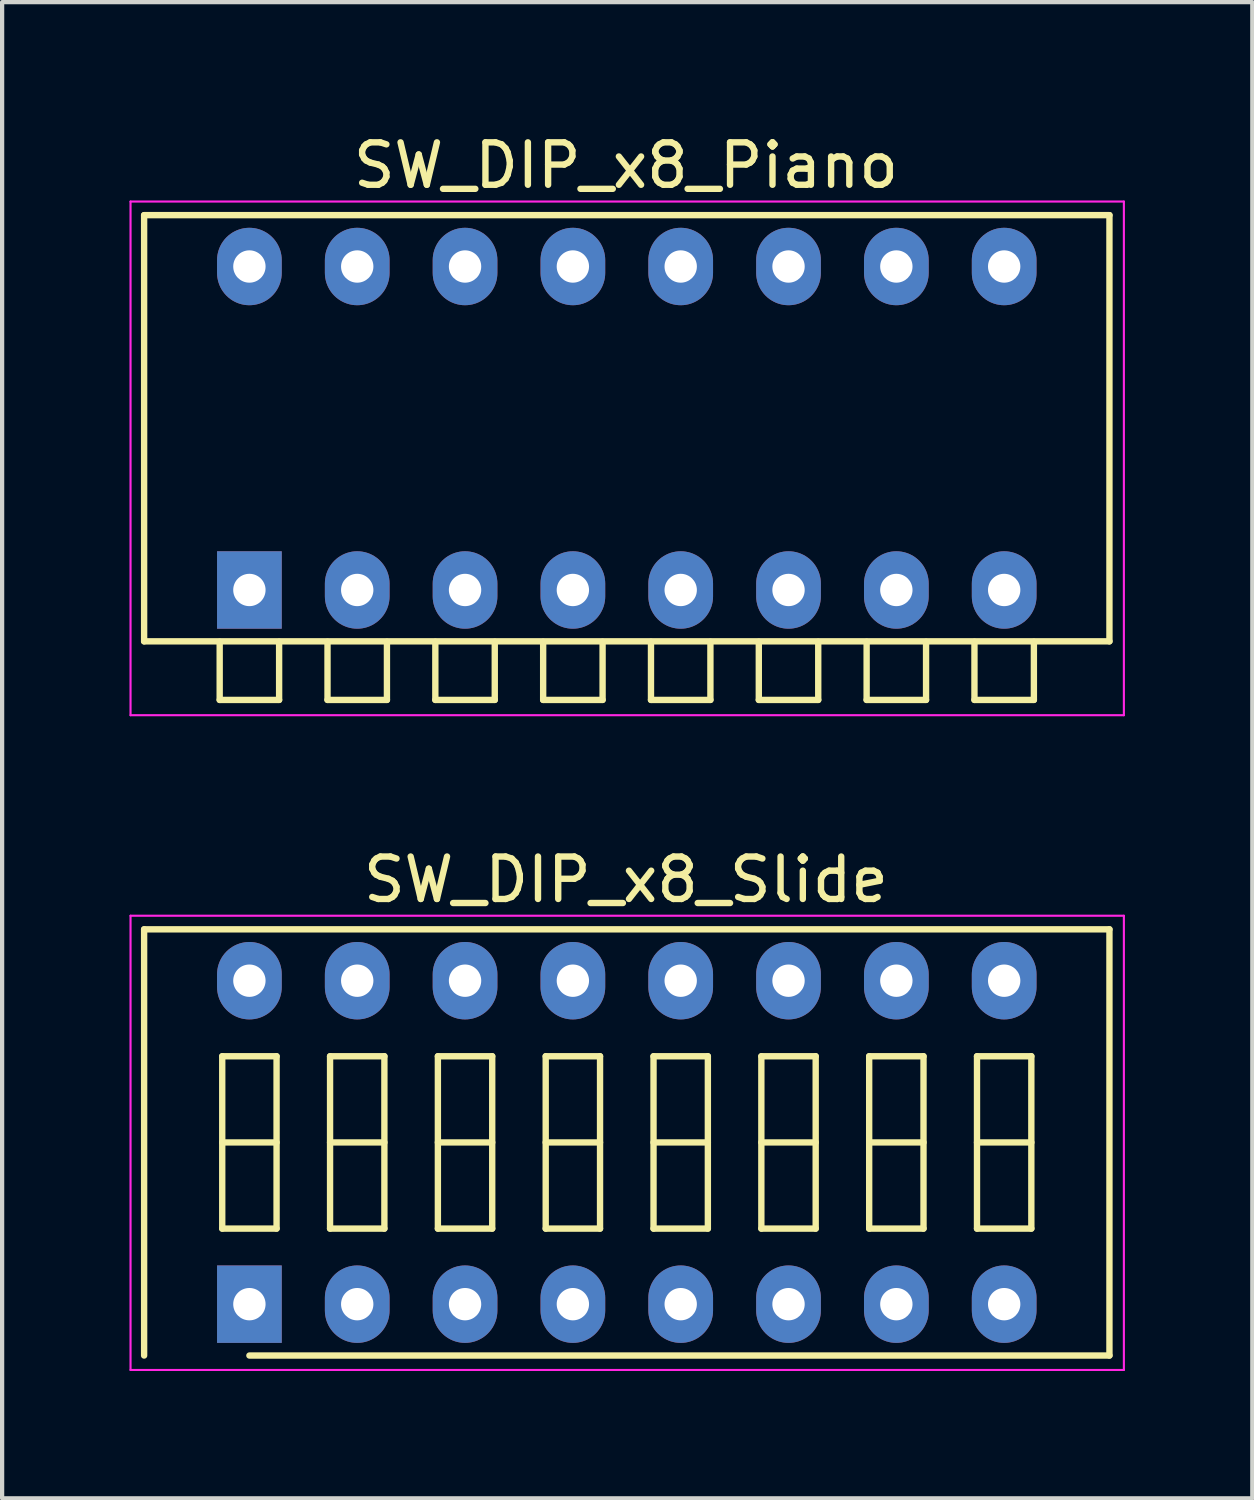
<source format=kicad_pcb>
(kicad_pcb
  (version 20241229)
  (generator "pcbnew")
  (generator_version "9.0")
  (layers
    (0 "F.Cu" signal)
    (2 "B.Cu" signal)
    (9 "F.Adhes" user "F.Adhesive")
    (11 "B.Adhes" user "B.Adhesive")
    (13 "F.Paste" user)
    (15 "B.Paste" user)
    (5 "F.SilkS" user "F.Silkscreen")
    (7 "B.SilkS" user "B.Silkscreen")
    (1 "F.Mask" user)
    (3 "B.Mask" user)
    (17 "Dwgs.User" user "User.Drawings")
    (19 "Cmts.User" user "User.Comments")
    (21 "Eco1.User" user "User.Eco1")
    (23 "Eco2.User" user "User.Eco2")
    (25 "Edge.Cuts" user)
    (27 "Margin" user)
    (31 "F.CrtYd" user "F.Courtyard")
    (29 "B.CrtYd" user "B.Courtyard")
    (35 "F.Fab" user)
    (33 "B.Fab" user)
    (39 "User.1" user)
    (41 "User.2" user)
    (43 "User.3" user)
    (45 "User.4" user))
  (footprint "SW_DIP_x8_Piano"
    (layer "F.Cu")
    (at 2.825 10.848)
    (property "Reference" "SW_DIP_x8_Piano" (at 8.87 -10 0) (layer "F.SilkS") (effects (font (size 1 1) (thickness 0.15))))
    (attr through_hole)
    (fp_line (start -2.48 -8.83) (end 20.26 -8.83) (stroke (width 0.15) (type solid)) (layer "F.SilkS"))
    (fp_line (start -2.48 1.21) (end -2.48 -8.83) (stroke (width 0.15) (type solid)) (layer "F.SilkS"))
    (fp_line (start -0.7 1.22) (end -0.7 2.59) (stroke (width 0.15) (type solid)) (layer "F.SilkS"))
    (fp_line (start -0.7 2.59) (end 0.7 2.59) (stroke (width 0.15) (type solid)) (layer "F.SilkS"))
    (fp_line (start 0.7 2.59) (end 0.7 1.22) (stroke (width 0.15) (type solid)) (layer "F.SilkS"))
    (fp_line (start 1.84 1.22) (end 1.84 2.59) (stroke (width 0.15) (type solid)) (layer "F.SilkS"))
    (fp_line (start 1.84 2.59) (end 3.24 2.59) (stroke (width 0.15) (type solid)) (layer "F.SilkS"))
    (fp_line (start 3.24 2.59) (end 3.24 1.22) (stroke (width 0.15) (type solid)) (layer "F.SilkS"))
    (fp_line (start 4.38 1.22) (end 4.38 2.59) (stroke (width 0.15) (type solid)) (layer "F.SilkS"))
    (fp_line (start 4.38 2.59) (end 5.78 2.59) (stroke (width 0.15) (type solid)) (layer "F.SilkS"))
    (fp_line (start 5.78 2.59) (end 5.78 1.22) (stroke (width 0.15) (type solid)) (layer "F.SilkS"))
    (fp_line (start 6.92 1.22) (end 6.92 2.59) (stroke (width 0.15) (type solid)) (layer "F.SilkS"))
    (fp_line (start 6.92 2.59) (end 8.32 2.59) (stroke (width 0.15) (type solid)) (layer "F.SilkS"))
    (fp_line (start 8.32 2.59) (end 8.32 1.22) (stroke (width 0.15) (type solid)) (layer "F.SilkS"))
    (fp_line (start 9.46 1.22) (end 9.46 2.59) (stroke (width 0.15) (type solid)) (layer "F.SilkS"))
    (fp_line (start 9.46 2.59) (end 10.86 2.59) (stroke (width 0.15) (type solid)) (layer "F.SilkS"))
    (fp_line (start 10.86 2.59) (end 10.86 1.22) (stroke (width 0.15) (type solid)) (layer "F.SilkS"))
    (fp_line (start 12 1.22) (end 12 2.59) (stroke (width 0.15) (type solid)) (layer "F.SilkS"))
    (fp_line (start 12 2.59) (end 13.4 2.59) (stroke (width 0.15) (type solid)) (layer "F.SilkS"))
    (fp_line (start 13.4 2.59) (end 13.4 1.22) (stroke (width 0.15) (type solid)) (layer "F.SilkS"))
    (fp_line (start 14.54 1.22) (end 14.54 2.59) (stroke (width 0.15) (type solid)) (layer "F.SilkS"))
    (fp_line (start 14.54 2.59) (end 15.94 2.59) (stroke (width 0.15) (type solid)) (layer "F.SilkS"))
    (fp_line (start 15.94 2.59) (end 15.94 1.22) (stroke (width 0.15) (type solid)) (layer "F.SilkS"))
    (fp_line (start 17.08 1.22) (end 17.08 2.59) (stroke (width 0.15) (type solid)) (layer "F.SilkS"))
    (fp_line (start 17.08 2.59) (end 18.48 2.59) (stroke (width 0.15) (type solid)) (layer "F.SilkS"))
    (fp_line (start 18.48 2.59) (end 18.48 1.22) (stroke (width 0.15) (type solid)) (layer "F.SilkS"))
    (fp_line (start 20.26 -8.83) (end 20.26 1.21) (stroke (width 0.15) (type solid)) (layer "F.SilkS"))
    (fp_line (start 20.26 1.21) (end -2.48 1.21) (stroke (width 0.15) (type solid)) (layer "F.SilkS"))
    (fp_line (start -2.8 -9.15) (end -2.8 2.95) (stroke (width 0.05) (type solid)) (layer "F.CrtYd"))
    (fp_line (start -2.8 2.95) (end 20.6 2.95) (stroke (width 0.05) (type solid)) (layer "F.CrtYd"))
    (fp_line (start 20.6 -9.15) (end -2.8 -9.15) (stroke (width 0.05) (type solid)) (layer "F.CrtYd"))
    (fp_line (start 20.6 2.95) (end 20.6 -9.15) (stroke (width 0.05) (type solid)) (layer "F.CrtYd"))
    (pad "1" thru_hole rect (at 0 0) (size 1.524 1.824) (drill 0.762) (layers "*.Cu" "*.Mask"))
    (pad "2" thru_hole oval (at 2.54 0) (size 1.524 1.824) (drill 0.762) (layers "*.Cu" "*.Mask"))
    (pad "3" thru_hole oval (at 5.08 0) (size 1.524 1.824) (drill 0.762) (layers "*.Cu" "*.Mask"))
    (pad "4" thru_hole oval (at 7.62 0) (size 1.524 1.824) (drill 0.762) (layers "*.Cu" "*.Mask"))
    (pad "5" thru_hole oval (at 10.16 0) (size 1.524 1.824) (drill 0.762) (layers "*.Cu" "*.Mask"))
    (pad "6" thru_hole oval (at 12.7 0) (size 1.524 1.824) (drill 0.762) (layers "*.Cu" "*.Mask"))
    (pad "7" thru_hole oval (at 15.24 0) (size 1.524 1.824) (drill 0.762) (layers "*.Cu" "*.Mask"))
    (pad "8" thru_hole oval (at 17.78 0) (size 1.524 1.824) (drill 0.762) (layers "*.Cu" "*.Mask"))
    (pad "9" thru_hole oval (at 17.78 -7.62) (size 1.524 1.824) (drill 0.762) (layers "*.Cu" "*.Mask"))
    (pad "10" thru_hole oval (at 15.24 -7.62) (size 1.524 1.824) (drill 0.762) (layers "*.Cu" "*.Mask"))
    (pad "11" thru_hole oval (at 12.7 -7.62) (size 1.524 1.824) (drill 0.762) (layers "*.Cu" "*.Mask"))
    (pad "12" thru_hole oval (at 10.16 -7.62) (size 1.524 1.824) (drill 0.762) (layers "*.Cu" "*.Mask"))
    (pad "13" thru_hole oval (at 7.62 -7.62) (size 1.524 1.824) (drill 0.762) (layers "*.Cu" "*.Mask"))
    (pad "14" thru_hole oval (at 5.08 -7.62) (size 1.524 1.824) (drill 0.762) (layers "*.Cu" "*.Mask"))
    (pad "15" thru_hole oval (at 2.54 -7.62) (size 1.524 1.824) (drill 0.762) (layers "*.Cu" "*.Mask"))
    (pad "16" thru_hole oval (at 0 -7.62) (size 1.524 1.824) (drill 0.762) (layers "*.Cu" "*.Mask")))
  (footprint "SW_DIP_x8_Slide"
    (layer "F.Cu")
    (at 2.825 27.672)
    (property "Reference" "SW_DIP_x8_Slide" (at 8.87 -10 0) (layer "F.SilkS") (effects (font (size 1 1) (thickness 0.15))))
    (attr through_hole)
    (fp_line (start -2.48 -8.83) (end 20.26 -8.83) (stroke (width 0.15) (type solid)) (layer "F.SilkS"))
    (fp_line (start -2.48 1.21) (end -2.48 -8.83) (stroke (width 0.15) (type solid)) (layer "F.SilkS"))
    (fp_line (start -0.64 -5.84) (end -0.64 -1.78) (stroke (width 0.15) (type solid)) (layer "F.SilkS"))
    (fp_line (start -0.64 -3.81) (end 0.64 -3.81) (stroke (width 0.15) (type solid)) (layer "F.SilkS"))
    (fp_line (start -0.64 -1.78) (end 0.64 -1.78) (stroke (width 0.15) (type solid)) (layer "F.SilkS"))
    (fp_line (start 0.64 -5.84) (end -0.64 -5.84) (stroke (width 0.15) (type solid)) (layer "F.SilkS"))
    (fp_line (start 0.64 -1.78) (end 0.64 -5.84) (stroke (width 0.15) (type solid)) (layer "F.SilkS"))
    (fp_line (start 1.9 -5.84) (end 1.9 -1.78) (stroke (width 0.15) (type solid)) (layer "F.SilkS"))
    (fp_line (start 1.9 -3.81) (end 3.18 -3.81) (stroke (width 0.15) (type solid)) (layer "F.SilkS"))
    (fp_line (start 1.9 -1.78) (end 3.18 -1.78) (stroke (width 0.15) (type solid)) (layer "F.SilkS"))
    (fp_line (start 3.18 -5.84) (end 1.9 -5.84) (stroke (width 0.15) (type solid)) (layer "F.SilkS"))
    (fp_line (start 3.18 -1.78) (end 3.18 -5.84) (stroke (width 0.15) (type solid)) (layer "F.SilkS"))
    (fp_line (start 4.44 -5.84) (end 4.44 -1.78) (stroke (width 0.15) (type solid)) (layer "F.SilkS"))
    (fp_line (start 4.44 -3.81) (end 5.72 -3.81) (stroke (width 0.15) (type solid)) (layer "F.SilkS"))
    (fp_line (start 4.44 -1.78) (end 5.72 -1.78) (stroke (width 0.15) (type solid)) (layer "F.SilkS"))
    (fp_line (start 5.72 -5.84) (end 4.44 -5.84) (stroke (width 0.15) (type solid)) (layer "F.SilkS"))
    (fp_line (start 5.72 -1.78) (end 5.72 -5.84) (stroke (width 0.15) (type solid)) (layer "F.SilkS"))
    (fp_line (start 6.98 -5.84) (end 6.98 -1.78) (stroke (width 0.15) (type solid)) (layer "F.SilkS"))
    (fp_line (start 6.98 -3.81) (end 8.26 -3.81) (stroke (width 0.15) (type solid)) (layer "F.SilkS"))
    (fp_line (start 6.98 -1.78) (end 8.26 -1.78) (stroke (width 0.15) (type solid)) (layer "F.SilkS"))
    (fp_line (start 8.26 -5.84) (end 6.98 -5.84) (stroke (width 0.15) (type solid)) (layer "F.SilkS"))
    (fp_line (start 8.26 -1.78) (end 8.26 -5.84) (stroke (width 0.15) (type solid)) (layer "F.SilkS"))
    (fp_line (start 9.52 -5.84) (end 9.52 -1.78) (stroke (width 0.15) (type solid)) (layer "F.SilkS"))
    (fp_line (start 9.52 -3.81) (end 10.8 -3.81) (stroke (width 0.15) (type solid)) (layer "F.SilkS"))
    (fp_line (start 9.52 -1.78) (end 10.8 -1.78) (stroke (width 0.15) (type solid)) (layer "F.SilkS"))
    (fp_line (start 10.8 -5.84) (end 9.52 -5.84) (stroke (width 0.15) (type solid)) (layer "F.SilkS"))
    (fp_line (start 10.8 -1.78) (end 10.8 -5.84) (stroke (width 0.15) (type solid)) (layer "F.SilkS"))
    (fp_line (start 12.06 -5.84) (end 12.06 -1.78) (stroke (width 0.15) (type solid)) (layer "F.SilkS"))
    (fp_line (start 12.06 -3.81) (end 13.34 -3.81) (stroke (width 0.15) (type solid)) (layer "F.SilkS"))
    (fp_line (start 12.06 -1.78) (end 13.34 -1.78) (stroke (width 0.15) (type solid)) (layer "F.SilkS"))
    (fp_line (start 13.34 -5.84) (end 12.06 -5.84) (stroke (width 0.15) (type solid)) (layer "F.SilkS"))
    (fp_line (start 13.34 -1.78) (end 13.34 -5.84) (stroke (width 0.15) (type solid)) (layer "F.SilkS"))
    (fp_line (start 14.6 -5.84) (end 14.6 -1.78) (stroke (width 0.15) (type solid)) (layer "F.SilkS"))
    (fp_line (start 14.6 -3.81) (end 15.88 -3.81) (stroke (width 0.15) (type solid)) (layer "F.SilkS"))
    (fp_line (start 14.6 -1.78) (end 15.88 -1.78) (stroke (width 0.15) (type solid)) (layer "F.SilkS"))
    (fp_line (start 15.88 -5.84) (end 14.6 -5.84) (stroke (width 0.15) (type solid)) (layer "F.SilkS"))
    (fp_line (start 15.88 -1.78) (end 15.88 -5.84) (stroke (width 0.15) (type solid)) (layer "F.SilkS"))
    (fp_line (start 17.14 -5.84) (end 17.14 -1.78) (stroke (width 0.15) (type solid)) (layer "F.SilkS"))
    (fp_line (start 17.14 -3.81) (end 18.42 -3.81) (stroke (width 0.15) (type solid)) (layer "F.SilkS"))
    (fp_line (start 17.14 -1.78) (end 18.42 -1.78) (stroke (width 0.15) (type solid)) (layer "F.SilkS"))
    (fp_line (start 18.42 -5.84) (end 17.14 -5.84) (stroke (width 0.15) (type solid)) (layer "F.SilkS"))
    (fp_line (start 18.42 -1.78) (end 18.42 -5.84) (stroke (width 0.15) (type solid)) (layer "F.SilkS"))
    (fp_line (start 20.26 -8.83) (end 20.26 1.21) (stroke (width 0.15) (type solid)) (layer "F.SilkS"))
    (fp_line (start 20.26 1.21) (end 0 1.21) (stroke (width 0.15) (type solid)) (layer "F.SilkS"))
    (fp_line (start -2.8 -9.15) (end -2.8 1.55) (stroke (width 0.05) (type solid)) (layer "F.CrtYd"))
    (fp_line (start -2.8 1.55) (end 20.6 1.55) (stroke (width 0.05) (type solid)) (layer "F.CrtYd"))
    (fp_line (start 20.6 -9.15) (end -2.8 -9.15) (stroke (width 0.05) (type solid)) (layer "F.CrtYd"))
    (fp_line (start 20.6 1.55) (end 20.6 -9.15) (stroke (width 0.05) (type solid)) (layer "F.CrtYd"))
    (pad "1" thru_hole rect (at 0 0) (size 1.524 1.824) (drill 0.762) (layers "*.Cu" "*.Mask"))
    (pad "2" thru_hole oval (at 2.54 0) (size 1.524 1.824) (drill 0.762) (layers "*.Cu" "*.Mask"))
    (pad "3" thru_hole oval (at 5.08 0) (size 1.524 1.824) (drill 0.762) (layers "*.Cu" "*.Mask"))
    (pad "4" thru_hole oval (at 7.62 0) (size 1.524 1.824) (drill 0.762) (layers "*.Cu" "*.Mask"))
    (pad "5" thru_hole oval (at 10.16 0) (size 1.524 1.824) (drill 0.762) (layers "*.Cu" "*.Mask"))
    (pad "6" thru_hole oval (at 12.7 0) (size 1.524 1.824) (drill 0.762) (layers "*.Cu" "*.Mask"))
    (pad "7" thru_hole oval (at 15.24 0) (size 1.524 1.824) (drill 0.762) (layers "*.Cu" "*.Mask"))
    (pad "8" thru_hole oval (at 17.78 0) (size 1.524 1.824) (drill 0.762) (layers "*.Cu" "*.Mask"))
    (pad "9" thru_hole oval (at 17.78 -7.62) (size 1.524 1.824) (drill 0.762) (layers "*.Cu" "*.Mask"))
    (pad "10" thru_hole oval (at 15.24 -7.62) (size 1.524 1.824) (drill 0.762) (layers "*.Cu" "*.Mask"))
    (pad "11" thru_hole oval (at 12.7 -7.62) (size 1.524 1.824) (drill 0.762) (layers "*.Cu" "*.Mask"))
    (pad "12" thru_hole oval (at 10.16 -7.62) (size 1.524 1.824) (drill 0.762) (layers "*.Cu" "*.Mask"))
    (pad "13" thru_hole oval (at 7.62 -7.62) (size 1.524 1.824) (drill 0.762) (layers "*.Cu" "*.Mask"))
    (pad "14" thru_hole oval (at 5.08 -7.62) (size 1.524 1.824) (drill 0.762) (layers "*.Cu" "*.Mask"))
    (pad "15" thru_hole oval (at 2.54 -7.62) (size 1.524 1.824) (drill 0.762) (layers "*.Cu" "*.Mask"))
    (pad "16" thru_hole oval (at 0 -7.62) (size 1.524 1.824) (drill 0.762) (layers "*.Cu" "*.Mask")))
  (gr_rect
    (start -3 -3)
    (end 26.45 32.246)
    (stroke (width 0.1) (type default))
    (fill no)
    (layer "Edge.Cuts")))
</source>
